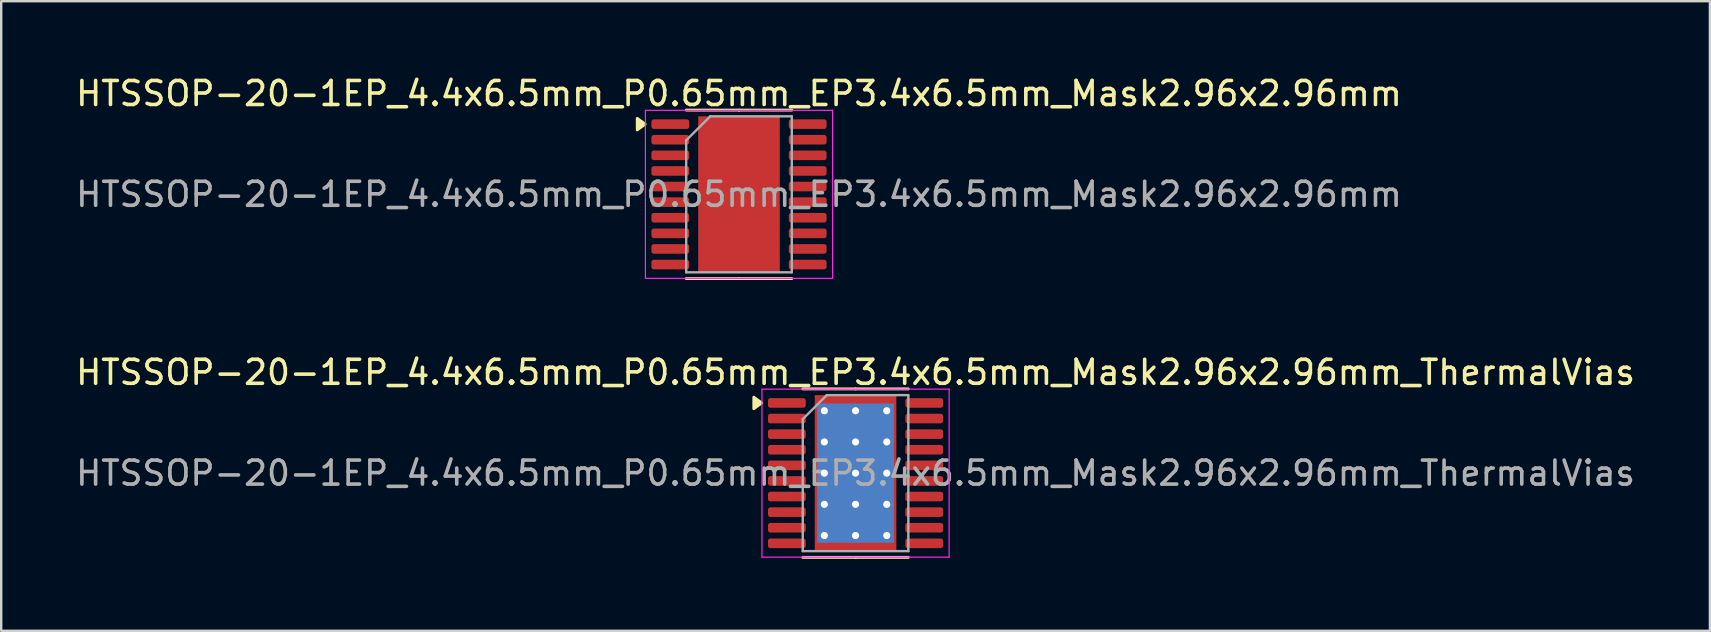
<source format=kicad_pcb>
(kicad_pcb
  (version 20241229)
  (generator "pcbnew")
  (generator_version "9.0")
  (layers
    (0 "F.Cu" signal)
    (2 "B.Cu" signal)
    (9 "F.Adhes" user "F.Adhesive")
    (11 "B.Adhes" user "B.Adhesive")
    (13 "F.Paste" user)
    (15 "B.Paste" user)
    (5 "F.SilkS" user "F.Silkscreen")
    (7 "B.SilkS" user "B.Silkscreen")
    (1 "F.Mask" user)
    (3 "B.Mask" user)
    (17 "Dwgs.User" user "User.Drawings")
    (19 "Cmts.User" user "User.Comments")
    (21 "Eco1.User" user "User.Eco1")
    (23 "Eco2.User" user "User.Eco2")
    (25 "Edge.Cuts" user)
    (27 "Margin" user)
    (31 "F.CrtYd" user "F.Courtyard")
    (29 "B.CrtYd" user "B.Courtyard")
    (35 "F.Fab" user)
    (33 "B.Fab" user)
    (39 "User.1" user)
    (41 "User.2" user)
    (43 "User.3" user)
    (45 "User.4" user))
  (footprint "HTSSOP-20-1EP_4.4x6.5mm_P0.65mm_EP3.4x6.5mm_Mask2.96x2.96mm_ThermalVias"
    (layer "F.Cu")
    (at 32.601 16.666)
    (property "Reference" "HTSSOP-20-1EP_4.4x6.5mm_P0.65mm_EP3.4x6.5mm_Mask2.96x2.96mm_ThermalVias" (at 0 -4.2 0) (layer "F.SilkS") (effects (font (size 1 1) (thickness 0.15))))
    (attr smd)
    (fp_line (start 0 -3.51) (end -2.2 -3.51) (stroke (width 0.12) (type solid)) (layer "F.SilkS"))
    (fp_line (start 0 -3.51) (end 2.2 -3.51) (stroke (width 0.12) (type solid)) (layer "F.SilkS"))
    (fp_line (start 0 3.51) (end -2.2 3.51) (stroke (width 0.12) (type solid)) (layer "F.SilkS"))
    (fp_line (start 0 3.51) (end 2.2 3.51) (stroke (width 0.12) (type solid)) (layer "F.SilkS"))
    (fp_poly (pts (xy -3.91 -2.925) (xy -4.24 -3.165) (xy -4.24 -2.685) (xy -3.91 -2.925)) (stroke (width 0.12) (type solid)) (fill yes) (layer "F.SilkS"))
    (fp_line (start -3.9 -3.5) (end -3.9 3.5) (stroke (width 0.05) (type solid)) (layer "F.CrtYd"))
    (fp_line (start -3.9 3.5) (end 3.9 3.5) (stroke (width 0.05) (type solid)) (layer "F.CrtYd"))
    (fp_line (start 3.9 -3.5) (end -3.9 -3.5) (stroke (width 0.05) (type solid)) (layer "F.CrtYd"))
    (fp_line (start 3.9 3.5) (end 3.9 -3.5) (stroke (width 0.05) (type solid)) (layer "F.CrtYd"))
    (fp_line (start -2.2 -2.25) (end -1.2 -3.25) (stroke (width 0.1) (type solid)) (layer "F.Fab"))
    (fp_line (start -2.2 3.25) (end -2.2 -2.25) (stroke (width 0.1) (type solid)) (layer "F.Fab"))
    (fp_line (start -1.2 -3.25) (end 2.2 -3.25) (stroke (width 0.1) (type solid)) (layer "F.Fab"))
    (fp_line (start 2.2 -3.25) (end 2.2 3.25) (stroke (width 0.1) (type solid)) (layer "F.Fab"))
    (fp_line (start 2.2 3.25) (end -2.2 3.25) (stroke (width 0.1) (type solid)) (layer "F.Fab"))
    (fp_text user "${REFERENCE}" (at 0 0 0) (layer "F.Fab") (effects (font (size 1 1) (thickness 0.15))))
    (pad "" smd roundrect (at -0.74 -0.74) (size 1.19 1.19) (layers "F.Paste") (roundrect_rratio 0.21))
    (pad "" smd roundrect (at -0.74 0.74) (size 1.19 1.19) (layers "F.Paste") (roundrect_rratio 0.21))
    (pad "" smd rect (at 0 0) (size 2.96 2.96) (layers "F.Mask"))
    (pad "" smd roundrect (at 0.74 -0.74) (size 1.19 1.19) (layers "F.Paste") (roundrect_rratio 0.21))
    (pad "" smd roundrect (at 0.74 0.74) (size 1.19 1.19) (layers "F.Paste") (roundrect_rratio 0.21))
    (pad "1" smd roundrect (at -2.862 -2.925) (size 1.575 0.4) (layers "F.Cu" "F.Mask" "F.Paste") (roundrect_rratio 0.25))
    (pad "2" smd roundrect (at -2.862 -2.275) (size 1.575 0.4) (layers "F.Cu" "F.Mask" "F.Paste") (roundrect_rratio 0.25))
    (pad "3" smd roundrect (at -2.862 -1.625) (size 1.575 0.4) (layers "F.Cu" "F.Mask" "F.Paste") (roundrect_rratio 0.25))
    (pad "4" smd roundrect (at -2.862 -0.975) (size 1.575 0.4) (layers "F.Cu" "F.Mask" "F.Paste") (roundrect_rratio 0.25))
    (pad "5" smd roundrect (at -2.862 -0.325) (size 1.575 0.4) (layers "F.Cu" "F.Mask" "F.Paste") (roundrect_rratio 0.25))
    (pad "6" smd roundrect (at -2.862 0.325) (size 1.575 0.4) (layers "F.Cu" "F.Mask" "F.Paste") (roundrect_rratio 0.25))
    (pad "7" smd roundrect (at -2.862 0.975) (size 1.575 0.4) (layers "F.Cu" "F.Mask" "F.Paste") (roundrect_rratio 0.25))
    (pad "8" smd roundrect (at -2.862 1.625) (size 1.575 0.4) (layers "F.Cu" "F.Mask" "F.Paste") (roundrect_rratio 0.25))
    (pad "9" smd roundrect (at -2.862 2.275) (size 1.575 0.4) (layers "F.Cu" "F.Mask" "F.Paste") (roundrect_rratio 0.25))
    (pad "10" smd roundrect (at -2.862 2.925) (size 1.575 0.4) (layers "F.Cu" "F.Mask" "F.Paste") (roundrect_rratio 0.25))
    (pad "11" smd roundrect (at 2.862 2.925) (size 1.575 0.4) (layers "F.Cu" "F.Mask" "F.Paste") (roundrect_rratio 0.25))
    (pad "12" smd roundrect (at 2.862 2.275) (size 1.575 0.4) (layers "F.Cu" "F.Mask" "F.Paste") (roundrect_rratio 0.25))
    (pad "13" smd roundrect (at 2.862 1.625) (size 1.575 0.4) (layers "F.Cu" "F.Mask" "F.Paste") (roundrect_rratio 0.25))
    (pad "14" smd roundrect (at 2.862 0.975) (size 1.575 0.4) (layers "F.Cu" "F.Mask" "F.Paste") (roundrect_rratio 0.25))
    (pad "15" smd roundrect (at 2.862 0.325) (size 1.575 0.4) (layers "F.Cu" "F.Mask" "F.Paste") (roundrect_rratio 0.25))
    (pad "16" smd roundrect (at 2.862 -0.325) (size 1.575 0.4) (layers "F.Cu" "F.Mask" "F.Paste") (roundrect_rratio 0.25))
    (pad "17" smd roundrect (at 2.862 -0.975) (size 1.575 0.4) (layers "F.Cu" "F.Mask" "F.Paste") (roundrect_rratio 0.25))
    (pad "18" smd roundrect (at 2.862 -1.625) (size 1.575 0.4) (layers "F.Cu" "F.Mask" "F.Paste") (roundrect_rratio 0.25))
    (pad "19" smd roundrect (at 2.862 -2.275) (size 1.575 0.4) (layers "F.Cu" "F.Mask" "F.Paste") (roundrect_rratio 0.25))
    (pad "20" smd roundrect (at 2.862 -2.925) (size 1.575 0.4) (layers "F.Cu" "F.Mask" "F.Paste") (roundrect_rratio 0.25))
    (pad "21" thru_hole circle (at -1.3 -2.6) (size 0.6 0.6) (drill 0.3) (property pad_prop_heatsink) (layers "*.Cu"))
    (pad "21" thru_hole circle (at -1.3 -1.3) (size 0.6 0.6) (drill 0.3) (property pad_prop_heatsink) (layers "*.Cu"))
    (pad "21" thru_hole circle (at -1.3 0) (size 0.6 0.6) (drill 0.3) (property pad_prop_heatsink) (layers "*.Cu"))
    (pad "21" thru_hole circle (at -1.3 1.3) (size 0.6 0.6) (drill 0.3) (property pad_prop_heatsink) (layers "*.Cu"))
    (pad "21" thru_hole circle (at -1.3 2.6) (size 0.6 0.6) (drill 0.3) (property pad_prop_heatsink) (layers "*.Cu"))
    (pad "21" thru_hole circle (at 0 -2.6) (size 0.6 0.6) (drill 0.3) (property pad_prop_heatsink) (layers "*.Cu"))
    (pad "21" thru_hole circle (at 0 -1.3) (size 0.6 0.6) (drill 0.3) (property pad_prop_heatsink) (layers "*.Cu"))
    (pad "21" thru_hole circle (at 0 0) (size 0.6 0.6) (drill 0.3) (property pad_prop_heatsink) (layers "*.Cu"))
    (pad "21" smd rect (at 0 0) (size 3.2 5.8) (property pad_prop_heatsink) (layers "B.Cu"))
    (pad "21" smd rect (at 0 0) (size 3.4 6.5) (property pad_prop_heatsink) (layers "F.Cu"))
    (pad "21" thru_hole circle (at 0 1.3) (size 0.6 0.6) (drill 0.3) (property pad_prop_heatsink) (layers "*.Cu"))
    (pad "21" thru_hole circle (at 0 2.6) (size 0.6 0.6) (drill 0.3) (property pad_prop_heatsink) (layers "*.Cu"))
    (pad "21" thru_hole circle (at 1.3 -2.6) (size 0.6 0.6) (drill 0.3) (property pad_prop_heatsink) (layers "*.Cu"))
    (pad "21" thru_hole circle (at 1.3 -1.3) (size 0.6 0.6) (drill 0.3) (property pad_prop_heatsink) (layers "*.Cu"))
    (pad "21" thru_hole circle (at 1.3 0) (size 0.6 0.6) (drill 0.3) (property pad_prop_heatsink) (layers "*.Cu"))
    (pad "21" thru_hole circle (at 1.3 1.3) (size 0.6 0.6) (drill 0.3) (property pad_prop_heatsink) (layers "*.Cu"))
    (pad "21" thru_hole circle (at 1.3 2.6) (size 0.6 0.6) (drill 0.3) (property pad_prop_heatsink) (layers "*.Cu")))
  (footprint "HTSSOP-20-1EP_4.4x6.5mm_P0.65mm_EP3.4x6.5mm_Mask2.96x2.96mm"
    (layer "F.Cu")
    (at 27.744 5.048)
    (property "Reference" "HTSSOP-20-1EP_4.4x6.5mm_P0.65mm_EP3.4x6.5mm_Mask2.96x2.96mm" (at 0 -4.2 0) (layer "F.SilkS") (effects (font (size 1 1) (thickness 0.15))))
    (attr smd)
    (fp_line (start 0 -3.51) (end -2.2 -3.51) (stroke (width 0.12) (type solid)) (layer "F.SilkS"))
    (fp_line (start 0 -3.51) (end 2.2 -3.51) (stroke (width 0.12) (type solid)) (layer "F.SilkS"))
    (fp_line (start 0 3.51) (end -2.2 3.51) (stroke (width 0.12) (type solid)) (layer "F.SilkS"))
    (fp_line (start 0 3.51) (end 2.2 3.51) (stroke (width 0.12) (type solid)) (layer "F.SilkS"))
    (fp_poly (pts (xy -3.91 -2.925) (xy -4.24 -3.165) (xy -4.24 -2.685) (xy -3.91 -2.925)) (stroke (width 0.12) (type solid)) (fill yes) (layer "F.SilkS"))
    (fp_line (start -3.9 -3.5) (end -3.9 3.5) (stroke (width 0.05) (type solid)) (layer "F.CrtYd"))
    (fp_line (start -3.9 3.5) (end 3.9 3.5) (stroke (width 0.05) (type solid)) (layer "F.CrtYd"))
    (fp_line (start 3.9 -3.5) (end -3.9 -3.5) (stroke (width 0.05) (type solid)) (layer "F.CrtYd"))
    (fp_line (start 3.9 3.5) (end 3.9 -3.5) (stroke (width 0.05) (type solid)) (layer "F.CrtYd"))
    (fp_line (start -2.2 -2.25) (end -1.2 -3.25) (stroke (width 0.1) (type solid)) (layer "F.Fab"))
    (fp_line (start -2.2 3.25) (end -2.2 -2.25) (stroke (width 0.1) (type solid)) (layer "F.Fab"))
    (fp_line (start -1.2 -3.25) (end 2.2 -3.25) (stroke (width 0.1) (type solid)) (layer "F.Fab"))
    (fp_line (start 2.2 -3.25) (end 2.2 3.25) (stroke (width 0.1) (type solid)) (layer "F.Fab"))
    (fp_line (start 2.2 3.25) (end -2.2 3.25) (stroke (width 0.1) (type solid)) (layer "F.Fab"))
    (fp_text user "${REFERENCE}" (at 0 0 0) (layer "F.Fab") (effects (font (size 1 1) (thickness 0.15))))
    (pad "" smd roundrect (at 0 0) (size 2.39 2.39) (layers "F.Paste") (roundrect_rratio 0.105))
    (pad "" smd rect (at 0 0) (size 2.96 2.96) (layers "F.Mask"))
    (pad "1" smd roundrect (at -2.862 -2.925) (size 1.575 0.4) (layers "F.Cu" "F.Mask" "F.Paste") (roundrect_rratio 0.25))
    (pad "2" smd roundrect (at -2.862 -2.275) (size 1.575 0.4) (layers "F.Cu" "F.Mask" "F.Paste") (roundrect_rratio 0.25))
    (pad "3" smd roundrect (at -2.862 -1.625) (size 1.575 0.4) (layers "F.Cu" "F.Mask" "F.Paste") (roundrect_rratio 0.25))
    (pad "4" smd roundrect (at -2.862 -0.975) (size 1.575 0.4) (layers "F.Cu" "F.Mask" "F.Paste") (roundrect_rratio 0.25))
    (pad "5" smd roundrect (at -2.862 -0.325) (size 1.575 0.4) (layers "F.Cu" "F.Mask" "F.Paste") (roundrect_rratio 0.25))
    (pad "6" smd roundrect (at -2.862 0.325) (size 1.575 0.4) (layers "F.Cu" "F.Mask" "F.Paste") (roundrect_rratio 0.25))
    (pad "7" smd roundrect (at -2.862 0.975) (size 1.575 0.4) (layers "F.Cu" "F.Mask" "F.Paste") (roundrect_rratio 0.25))
    (pad "8" smd roundrect (at -2.862 1.625) (size 1.575 0.4) (layers "F.Cu" "F.Mask" "F.Paste") (roundrect_rratio 0.25))
    (pad "9" smd roundrect (at -2.862 2.275) (size 1.575 0.4) (layers "F.Cu" "F.Mask" "F.Paste") (roundrect_rratio 0.25))
    (pad "10" smd roundrect (at -2.862 2.925) (size 1.575 0.4) (layers "F.Cu" "F.Mask" "F.Paste") (roundrect_rratio 0.25))
    (pad "11" smd roundrect (at 2.862 2.925) (size 1.575 0.4) (layers "F.Cu" "F.Mask" "F.Paste") (roundrect_rratio 0.25))
    (pad "12" smd roundrect (at 2.862 2.275) (size 1.575 0.4) (layers "F.Cu" "F.Mask" "F.Paste") (roundrect_rratio 0.25))
    (pad "13" smd roundrect (at 2.862 1.625) (size 1.575 0.4) (layers "F.Cu" "F.Mask" "F.Paste") (roundrect_rratio 0.25))
    (pad "14" smd roundrect (at 2.862 0.975) (size 1.575 0.4) (layers "F.Cu" "F.Mask" "F.Paste") (roundrect_rratio 0.25))
    (pad "15" smd roundrect (at 2.862 0.325) (size 1.575 0.4) (layers "F.Cu" "F.Mask" "F.Paste") (roundrect_rratio 0.25))
    (pad "16" smd roundrect (at 2.862 -0.325) (size 1.575 0.4) (layers "F.Cu" "F.Mask" "F.Paste") (roundrect_rratio 0.25))
    (pad "17" smd roundrect (at 2.862 -0.975) (size 1.575 0.4) (layers "F.Cu" "F.Mask" "F.Paste") (roundrect_rratio 0.25))
    (pad "18" smd roundrect (at 2.862 -1.625) (size 1.575 0.4) (layers "F.Cu" "F.Mask" "F.Paste") (roundrect_rratio 0.25))
    (pad "19" smd roundrect (at 2.862 -2.275) (size 1.575 0.4) (layers "F.Cu" "F.Mask" "F.Paste") (roundrect_rratio 0.25))
    (pad "20" smd roundrect (at 2.862 -2.925) (size 1.575 0.4) (layers "F.Cu" "F.Mask" "F.Paste") (roundrect_rratio 0.25))
    (pad "21" smd rect (at 0 0) (size 3.4 6.5) (property pad_prop_heatsink) (layers "F.Cu")))
  (gr_rect
    (start -3 -3)
    (end 68.202 23.236)
    (stroke (width 0.1) (type default))
    (fill no)
    (layer "Edge.Cuts")))
</source>
